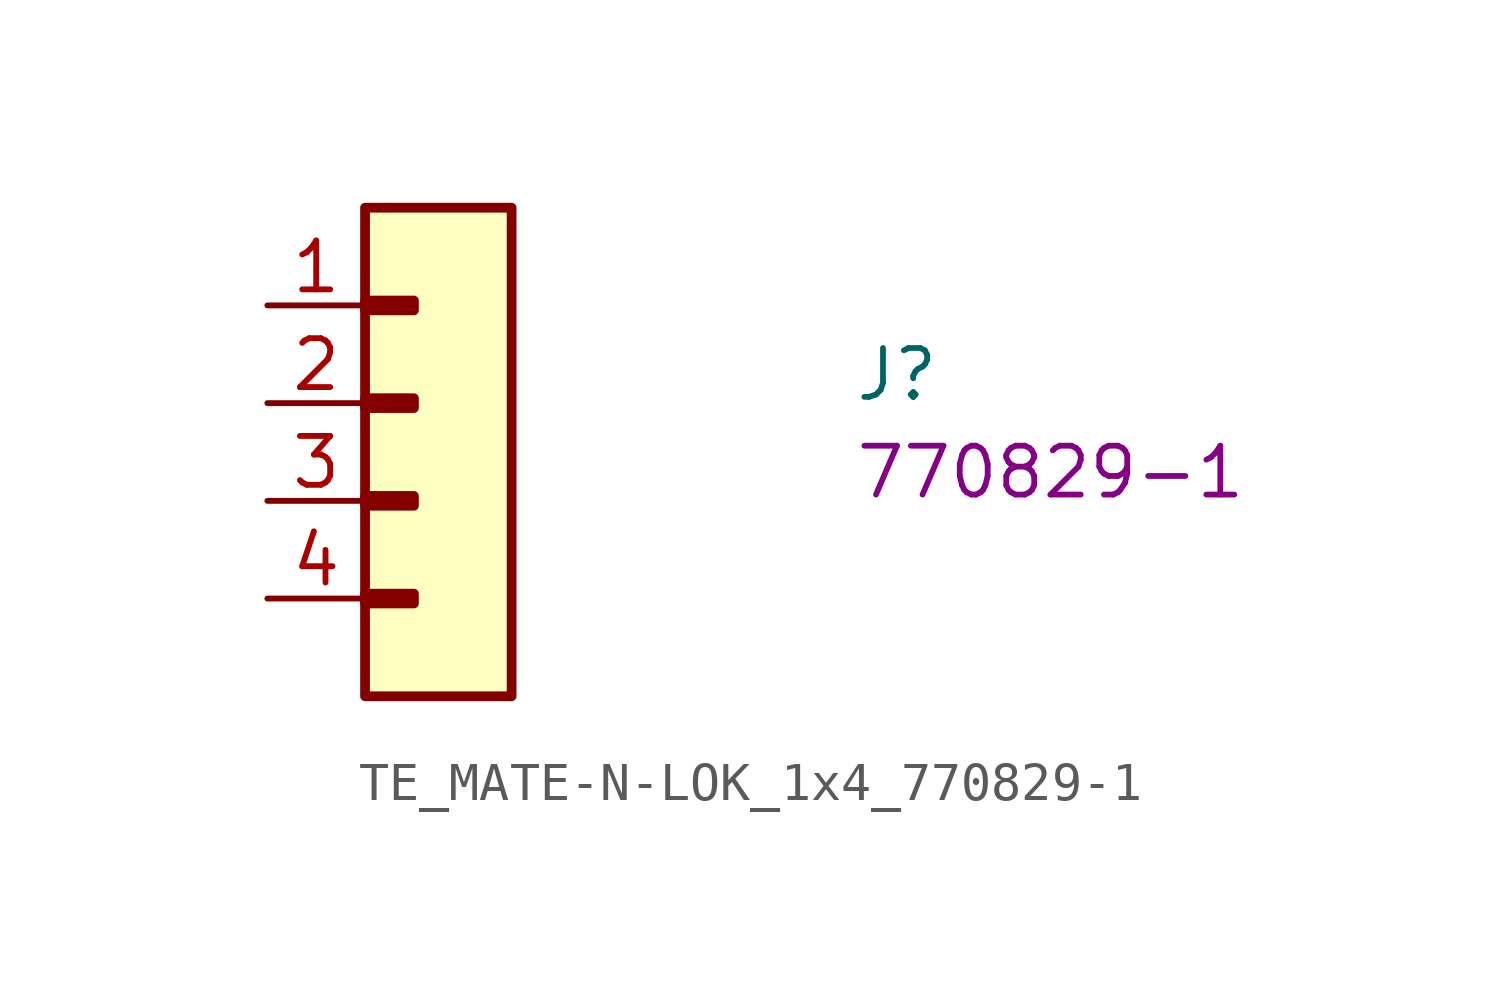
<source format=kicad_sym>
(kicad_symbol_lib
  (version 20220914)
  (generator kicad_symbol_editor)
  (symbol "TE_MATE-N-LOK_1x4_770829-1"
    (pin_names hide)
    (property "Reference" "J"
      (at 15.24 -2.54 0)
      (effects (font (size 1.27 1.27) (thickness 0.15)) (justify left bottom)))
    (property "MPN" "770829-1"
      (at 15.24 -5.08 0)
      (effects (font (size 1.27 1.27) (thickness 0.15)) (justify left bottom)))
    (symbol "TE_MATE-N-LOK_1x4_770829-1_1_1"
      (rectangle (start 2.54 -7.493) (end 3.81 -7.747) (stroke (width 0.254) (type default)) (fill (type background)))
      (rectangle (start 2.54 -4.953) (end 3.81 -5.207) (stroke (width 0.254) (type default)) (fill (type background)))
      (rectangle (start 2.54 -2.413) (end 3.81 -2.667) (stroke (width 0.254) (type default)) (fill (type background)))
      (rectangle (start 2.54 0.127) (end 3.81 -0.127) (stroke (width 0.254) (type default)) (fill (type background)))
      (rectangle (start 2.54 2.54) (end 6.35 -10.16) (stroke (width 0.254) (type default)) (fill (type background)))
      (pin passive line (at 0 0 0) (length 2.54) (name "1" (effects (font (size 1.27 1.27)))) (number "1" (effects (font (size 1.27 1.27)))))
      (pin passive line (at 0 -2.54 0) (length 2.54) (name "2" (effects (font (size 1.27 1.27)))) (number "2" (effects (font (size 1.27 1.27)))))
      (pin passive line (at 0 -5.08 0) (length 2.54) (name "3" (effects (font (size 1.27 1.27)))) (number "3" (effects (font (size 1.27 1.27)))))
      (pin passive line (at 0 -7.62 0) (length 2.54) (name "4" (effects (font (size 1.27 1.27)))) (number "4" (effects (font (size 1.27 1.27))))))))
</source>
